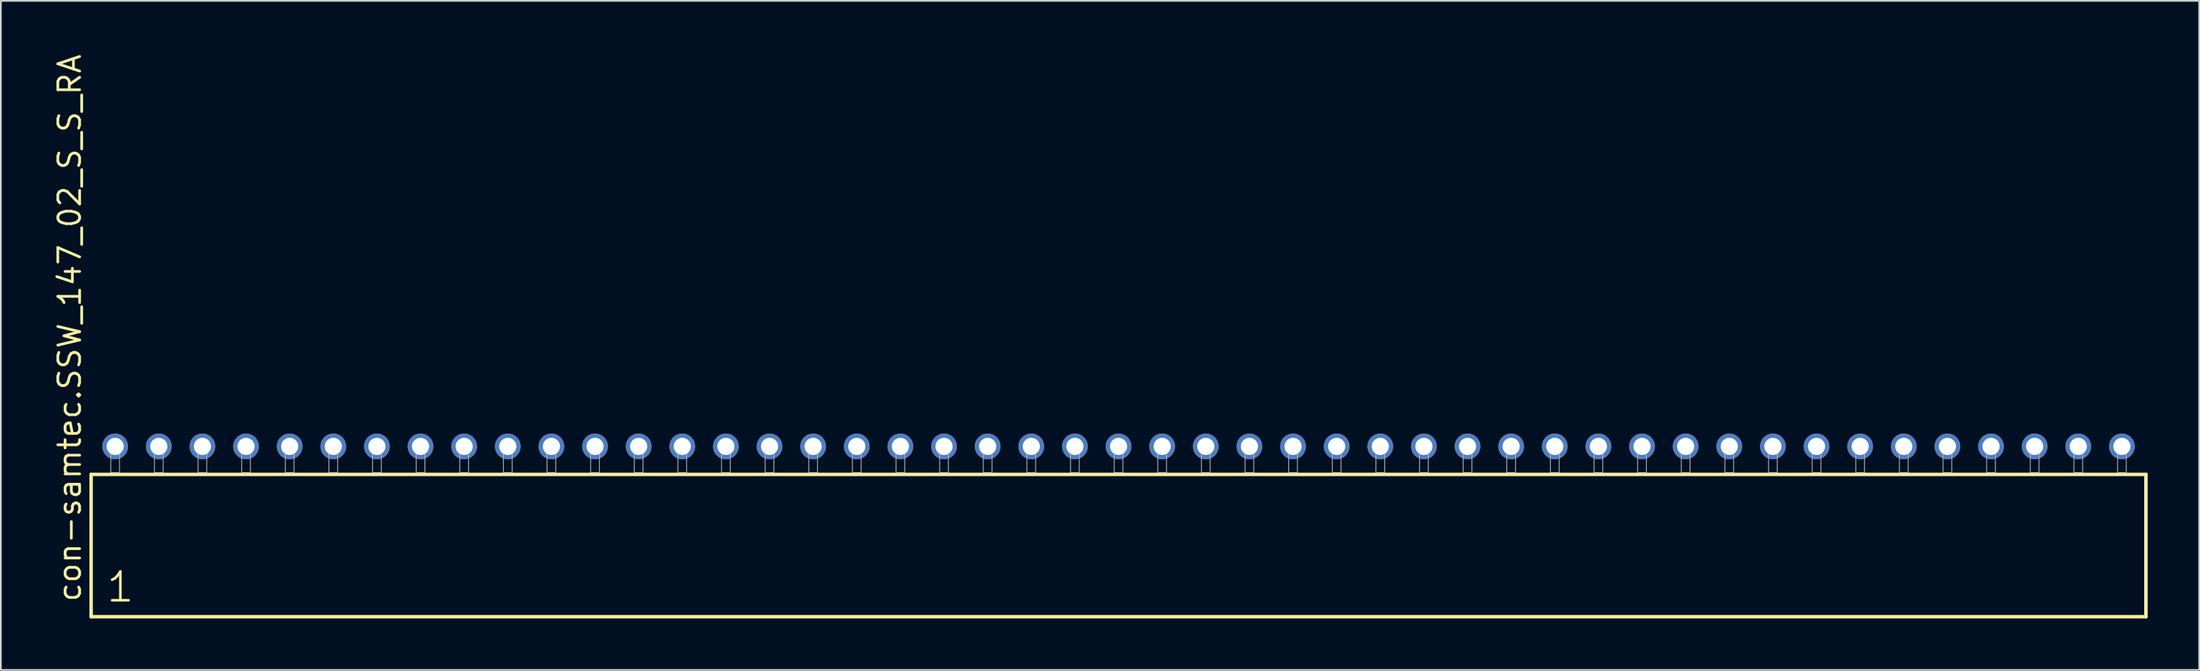
<source format=kicad_pcb>
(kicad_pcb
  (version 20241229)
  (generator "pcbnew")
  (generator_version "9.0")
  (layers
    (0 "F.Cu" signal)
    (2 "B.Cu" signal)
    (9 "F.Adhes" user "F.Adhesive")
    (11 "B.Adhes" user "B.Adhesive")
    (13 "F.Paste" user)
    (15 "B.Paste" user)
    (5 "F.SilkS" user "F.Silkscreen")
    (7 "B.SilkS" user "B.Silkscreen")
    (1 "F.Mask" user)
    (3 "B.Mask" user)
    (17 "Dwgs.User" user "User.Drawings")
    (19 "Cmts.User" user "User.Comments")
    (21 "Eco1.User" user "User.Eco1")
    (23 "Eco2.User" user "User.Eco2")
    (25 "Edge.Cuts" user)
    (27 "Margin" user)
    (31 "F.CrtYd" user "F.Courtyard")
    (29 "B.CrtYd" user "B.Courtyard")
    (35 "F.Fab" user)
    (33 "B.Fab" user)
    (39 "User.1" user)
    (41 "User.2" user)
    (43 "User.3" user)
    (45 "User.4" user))
  (footprint "con-samtec.SSW_147_02_S_S_RA"
    (layer "F.Cu")
    (at 62.075 24.477)
    (property "Reference" "con-samtec.SSW_147_02_S_S_RA" (at -60.325 7.62 90) (layer "F.SilkS") (effects (font (size 1.27 1.27) (thickness 0.16)) (justify left bottom)))
    (attr through_hole)
    (fp_line (start -59.819 0.106) (end -59.819 8.396) (stroke (width 0.203) (type default)) (layer "F.SilkS"))
    (fp_line (start -59.819 8.396) (end 59.819 8.396) (stroke (width 0.203) (type default)) (layer "F.SilkS"))
    (fp_line (start 59.819 0.106) (end -59.819 0.106) (stroke (width 0.203) (type default)) (layer "F.SilkS"))
    (fp_line (start 59.819 8.396) (end 59.819 0.106) (stroke (width 0.203) (type default)) (layer "F.SilkS"))
    (fp_rect (start -58.674 0) (end -58.166 -1.778) (stroke (width 0.05) (type default)) (fill no) (layer "F.Fab"))
    (fp_rect (start -56.134 0) (end -55.626 -1.778) (stroke (width 0.05) (type default)) (fill no) (layer "F.Fab"))
    (fp_rect (start -53.594 0) (end -53.086 -1.778) (stroke (width 0.05) (type default)) (fill no) (layer "F.Fab"))
    (fp_rect (start -51.054 0) (end -50.546 -1.778) (stroke (width 0.05) (type default)) (fill no) (layer "F.Fab"))
    (fp_rect (start -48.514 0) (end -48.006 -1.778) (stroke (width 0.05) (type default)) (fill no) (layer "F.Fab"))
    (fp_rect (start -45.974 0) (end -45.466 -1.778) (stroke (width 0.05) (type default)) (fill no) (layer "F.Fab"))
    (fp_rect (start -43.434 0) (end -42.926 -1.778) (stroke (width 0.05) (type default)) (fill no) (layer "F.Fab"))
    (fp_rect (start -40.894 0) (end -40.386 -1.778) (stroke (width 0.05) (type default)) (fill no) (layer "F.Fab"))
    (fp_rect (start -38.354 0) (end -37.846 -1.778) (stroke (width 0.05) (type default)) (fill no) (layer "F.Fab"))
    (fp_rect (start -35.814 0) (end -35.306 -1.778) (stroke (width 0.05) (type default)) (fill no) (layer "F.Fab"))
    (fp_rect (start -33.274 0) (end -32.766 -1.778) (stroke (width 0.05) (type default)) (fill no) (layer "F.Fab"))
    (fp_rect (start -30.734 0) (end -30.226 -1.778) (stroke (width 0.05) (type default)) (fill no) (layer "F.Fab"))
    (fp_rect (start -28.194 0) (end -27.686 -1.778) (stroke (width 0.05) (type default)) (fill no) (layer "F.Fab"))
    (fp_rect (start -25.654 0) (end -25.146 -1.778) (stroke (width 0.05) (type default)) (fill no) (layer "F.Fab"))
    (fp_rect (start -23.114 0) (end -22.606 -1.778) (stroke (width 0.05) (type default)) (fill no) (layer "F.Fab"))
    (fp_rect (start -20.574 0) (end -20.066 -1.778) (stroke (width 0.05) (type default)) (fill no) (layer "F.Fab"))
    (fp_rect (start -18.034 0) (end -17.526 -1.778) (stroke (width 0.05) (type default)) (fill no) (layer "F.Fab"))
    (fp_rect (start -15.494 0) (end -14.986 -1.778) (stroke (width 0.05) (type default)) (fill no) (layer "F.Fab"))
    (fp_rect (start -12.954 0) (end -12.446 -1.778) (stroke (width 0.05) (type default)) (fill no) (layer "F.Fab"))
    (fp_rect (start -10.414 0) (end -9.906 -1.778) (stroke (width 0.05) (type default)) (fill no) (layer "F.Fab"))
    (fp_rect (start -7.874 0) (end -7.366 -1.778) (stroke (width 0.05) (type default)) (fill no) (layer "F.Fab"))
    (fp_rect (start -5.334 0) (end -4.826 -1.778) (stroke (width 0.05) (type default)) (fill no) (layer "F.Fab"))
    (fp_rect (start -2.794 0) (end -2.286 -1.778) (stroke (width 0.05) (type default)) (fill no) (layer "F.Fab"))
    (fp_rect (start -0.254 0) (end 0.254 -1.778) (stroke (width 0.05) (type default)) (fill no) (layer "F.Fab"))
    (fp_rect (start 2.286 0) (end 2.794 -1.778) (stroke (width 0.05) (type default)) (fill no) (layer "F.Fab"))
    (fp_rect (start 4.826 0) (end 5.334 -1.778) (stroke (width 0.05) (type default)) (fill no) (layer "F.Fab"))
    (fp_rect (start 7.366 0) (end 7.874 -1.778) (stroke (width 0.05) (type default)) (fill no) (layer "F.Fab"))
    (fp_rect (start 9.906 0) (end 10.414 -1.778) (stroke (width 0.05) (type default)) (fill no) (layer "F.Fab"))
    (fp_rect (start 12.446 0) (end 12.954 -1.778) (stroke (width 0.05) (type default)) (fill no) (layer "F.Fab"))
    (fp_rect (start 14.986 0) (end 15.494 -1.778) (stroke (width 0.05) (type default)) (fill no) (layer "F.Fab"))
    (fp_rect (start 17.526 0) (end 18.034 -1.778) (stroke (width 0.05) (type default)) (fill no) (layer "F.Fab"))
    (fp_rect (start 20.066 0) (end 20.574 -1.778) (stroke (width 0.05) (type default)) (fill no) (layer "F.Fab"))
    (fp_rect (start 22.606 0) (end 23.114 -1.778) (stroke (width 0.05) (type default)) (fill no) (layer "F.Fab"))
    (fp_rect (start 25.146 0) (end 25.654 -1.778) (stroke (width 0.05) (type default)) (fill no) (layer "F.Fab"))
    (fp_rect (start 27.686 0) (end 28.194 -1.778) (stroke (width 0.05) (type default)) (fill no) (layer "F.Fab"))
    (fp_rect (start 30.226 0) (end 30.734 -1.778) (stroke (width 0.05) (type default)) (fill no) (layer "F.Fab"))
    (fp_rect (start 32.766 0) (end 33.274 -1.778) (stroke (width 0.05) (type default)) (fill no) (layer "F.Fab"))
    (fp_rect (start 35.306 0) (end 35.814 -1.778) (stroke (width 0.05) (type default)) (fill no) (layer "F.Fab"))
    (fp_rect (start 37.846 0) (end 38.354 -1.778) (stroke (width 0.05) (type default)) (fill no) (layer "F.Fab"))
    (fp_rect (start 40.386 0) (end 40.894 -1.778) (stroke (width 0.05) (type default)) (fill no) (layer "F.Fab"))
    (fp_rect (start 42.926 0) (end 43.434 -1.778) (stroke (width 0.05) (type default)) (fill no) (layer "F.Fab"))
    (fp_rect (start 45.466 0) (end 45.974 -1.778) (stroke (width 0.05) (type default)) (fill no) (layer "F.Fab"))
    (fp_rect (start 48.006 0) (end 48.514 -1.778) (stroke (width 0.05) (type default)) (fill no) (layer "F.Fab"))
    (fp_rect (start 50.546 0) (end 51.054 -1.778) (stroke (width 0.05) (type default)) (fill no) (layer "F.Fab"))
    (fp_rect (start 53.086 0) (end 53.594 -1.778) (stroke (width 0.05) (type default)) (fill no) (layer "F.Fab"))
    (fp_rect (start 55.626 0) (end 56.134 -1.778) (stroke (width 0.05) (type default)) (fill no) (layer "F.Fab"))
    (fp_rect (start 58.166 0) (end 58.674 -1.778) (stroke (width 0.05) (type default)) (fill no) (layer "F.Fab"))
    (fp_text user "1" (at -59.015 7.65 0) (layer "F.SilkS") (effects (font (size 1.676 1.676) (thickness 0.15)) (justify left bottom)))
    (pad "1" thru_hole circle (at -58.42 -1.524) (size 1.5 1.5) (drill 1) (layers "*.Cu" "*.Mask"))
    (pad "2" thru_hole circle (at -55.88 -1.524) (size 1.5 1.5) (drill 1) (layers "*.Cu" "*.Mask"))
    (pad "3" thru_hole circle (at -53.34 -1.524) (size 1.5 1.5) (drill 1) (layers "*.Cu" "*.Mask"))
    (pad "4" thru_hole circle (at -50.8 -1.524) (size 1.5 1.5) (drill 1) (layers "*.Cu" "*.Mask"))
    (pad "5" thru_hole circle (at -48.26 -1.524) (size 1.5 1.5) (drill 1) (layers "*.Cu" "*.Mask"))
    (pad "6" thru_hole circle (at -45.72 -1.524) (size 1.5 1.5) (drill 1) (layers "*.Cu" "*.Mask"))
    (pad "7" thru_hole circle (at -43.18 -1.524) (size 1.5 1.5) (drill 1) (layers "*.Cu" "*.Mask"))
    (pad "8" thru_hole circle (at -40.64 -1.524) (size 1.5 1.5) (drill 1) (layers "*.Cu" "*.Mask"))
    (pad "9" thru_hole circle (at -38.1 -1.524) (size 1.5 1.5) (drill 1) (layers "*.Cu" "*.Mask"))
    (pad "10" thru_hole circle (at -35.56 -1.524) (size 1.5 1.5) (drill 1) (layers "*.Cu" "*.Mask"))
    (pad "11" thru_hole circle (at -33.02 -1.524) (size 1.5 1.5) (drill 1) (layers "*.Cu" "*.Mask"))
    (pad "12" thru_hole circle (at -30.48 -1.524) (size 1.5 1.5) (drill 1) (layers "*.Cu" "*.Mask"))
    (pad "13" thru_hole circle (at -27.94 -1.524) (size 1.5 1.5) (drill 1) (layers "*.Cu" "*.Mask"))
    (pad "14" thru_hole circle (at -25.4 -1.524) (size 1.5 1.5) (drill 1) (layers "*.Cu" "*.Mask"))
    (pad "15" thru_hole circle (at -22.86 -1.524) (size 1.5 1.5) (drill 1) (layers "*.Cu" "*.Mask"))
    (pad "16" thru_hole circle (at -20.32 -1.524) (size 1.5 1.5) (drill 1) (layers "*.Cu" "*.Mask"))
    (pad "17" thru_hole circle (at -17.78 -1.524) (size 1.5 1.5) (drill 1) (layers "*.Cu" "*.Mask"))
    (pad "18" thru_hole circle (at -15.24 -1.524) (size 1.5 1.5) (drill 1) (layers "*.Cu" "*.Mask"))
    (pad "19" thru_hole circle (at -12.7 -1.524) (size 1.5 1.5) (drill 1) (layers "*.Cu" "*.Mask"))
    (pad "20" thru_hole circle (at -10.16 -1.524) (size 1.5 1.5) (drill 1) (layers "*.Cu" "*.Mask"))
    (pad "21" thru_hole circle (at -7.62 -1.524) (size 1.5 1.5) (drill 1) (layers "*.Cu" "*.Mask"))
    (pad "22" thru_hole circle (at -5.08 -1.524) (size 1.5 1.5) (drill 1) (layers "*.Cu" "*.Mask"))
    (pad "23" thru_hole circle (at -2.54 -1.524) (size 1.5 1.5) (drill 1) (layers "*.Cu" "*.Mask"))
    (pad "24" thru_hole circle (at 0 -1.524) (size 1.5 1.5) (drill 1) (layers "*.Cu" "*.Mask"))
    (pad "25" thru_hole circle (at 2.54 -1.524) (size 1.5 1.5) (drill 1) (layers "*.Cu" "*.Mask"))
    (pad "26" thru_hole circle (at 5.08 -1.524) (size 1.5 1.5) (drill 1) (layers "*.Cu" "*.Mask"))
    (pad "27" thru_hole circle (at 7.62 -1.524) (size 1.5 1.5) (drill 1) (layers "*.Cu" "*.Mask"))
    (pad "28" thru_hole circle (at 10.16 -1.524) (size 1.5 1.5) (drill 1) (layers "*.Cu" "*.Mask"))
    (pad "29" thru_hole circle (at 12.7 -1.524) (size 1.5 1.5) (drill 1) (layers "*.Cu" "*.Mask"))
    (pad "30" thru_hole circle (at 15.24 -1.524) (size 1.5 1.5) (drill 1) (layers "*.Cu" "*.Mask"))
    (pad "31" thru_hole circle (at 17.78 -1.524) (size 1.5 1.5) (drill 1) (layers "*.Cu" "*.Mask"))
    (pad "32" thru_hole circle (at 20.32 -1.524) (size 1.5 1.5) (drill 1) (layers "*.Cu" "*.Mask"))
    (pad "33" thru_hole circle (at 22.86 -1.524) (size 1.5 1.5) (drill 1) (layers "*.Cu" "*.Mask"))
    (pad "34" thru_hole circle (at 25.4 -1.524) (size 1.5 1.5) (drill 1) (layers "*.Cu" "*.Mask"))
    (pad "35" thru_hole circle (at 27.94 -1.524) (size 1.5 1.5) (drill 1) (layers "*.Cu" "*.Mask"))
    (pad "36" thru_hole circle (at 30.48 -1.524) (size 1.5 1.5) (drill 1) (layers "*.Cu" "*.Mask"))
    (pad "37" thru_hole circle (at 33.02 -1.524) (size 1.5 1.5) (drill 1) (layers "*.Cu" "*.Mask"))
    (pad "38" thru_hole circle (at 35.56 -1.524) (size 1.5 1.5) (drill 1) (layers "*.Cu" "*.Mask"))
    (pad "39" thru_hole circle (at 38.1 -1.524) (size 1.5 1.5) (drill 1) (layers "*.Cu" "*.Mask"))
    (pad "40" thru_hole circle (at 40.64 -1.524) (size 1.5 1.5) (drill 1) (layers "*.Cu" "*.Mask"))
    (pad "41" thru_hole circle (at 43.18 -1.524) (size 1.5 1.5) (drill 1) (layers "*.Cu" "*.Mask"))
    (pad "42" thru_hole circle (at 45.72 -1.524) (size 1.5 1.5) (drill 1) (layers "*.Cu" "*.Mask"))
    (pad "43" thru_hole circle (at 48.26 -1.524) (size 1.5 1.5) (drill 1) (layers "*.Cu" "*.Mask"))
    (pad "44" thru_hole circle (at 50.8 -1.524) (size 1.5 1.5) (drill 1) (layers "*.Cu" "*.Mask"))
    (pad "45" thru_hole circle (at 53.34 -1.524) (size 1.5 1.5) (drill 1) (layers "*.Cu" "*.Mask"))
    (pad "46" thru_hole circle (at 55.88 -1.524) (size 1.5 1.5) (drill 1) (layers "*.Cu" "*.Mask"))
    (pad "47" thru_hole circle (at 58.42 -1.524) (size 1.5 1.5) (drill 1) (layers "*.Cu" "*.Mask")))
  (gr_rect
    (start -3 -3)
    (end 124.996 35.975)
    (stroke (width 0.1) (type default))
    (fill no)
    (layer "Edge.Cuts")))
</source>
